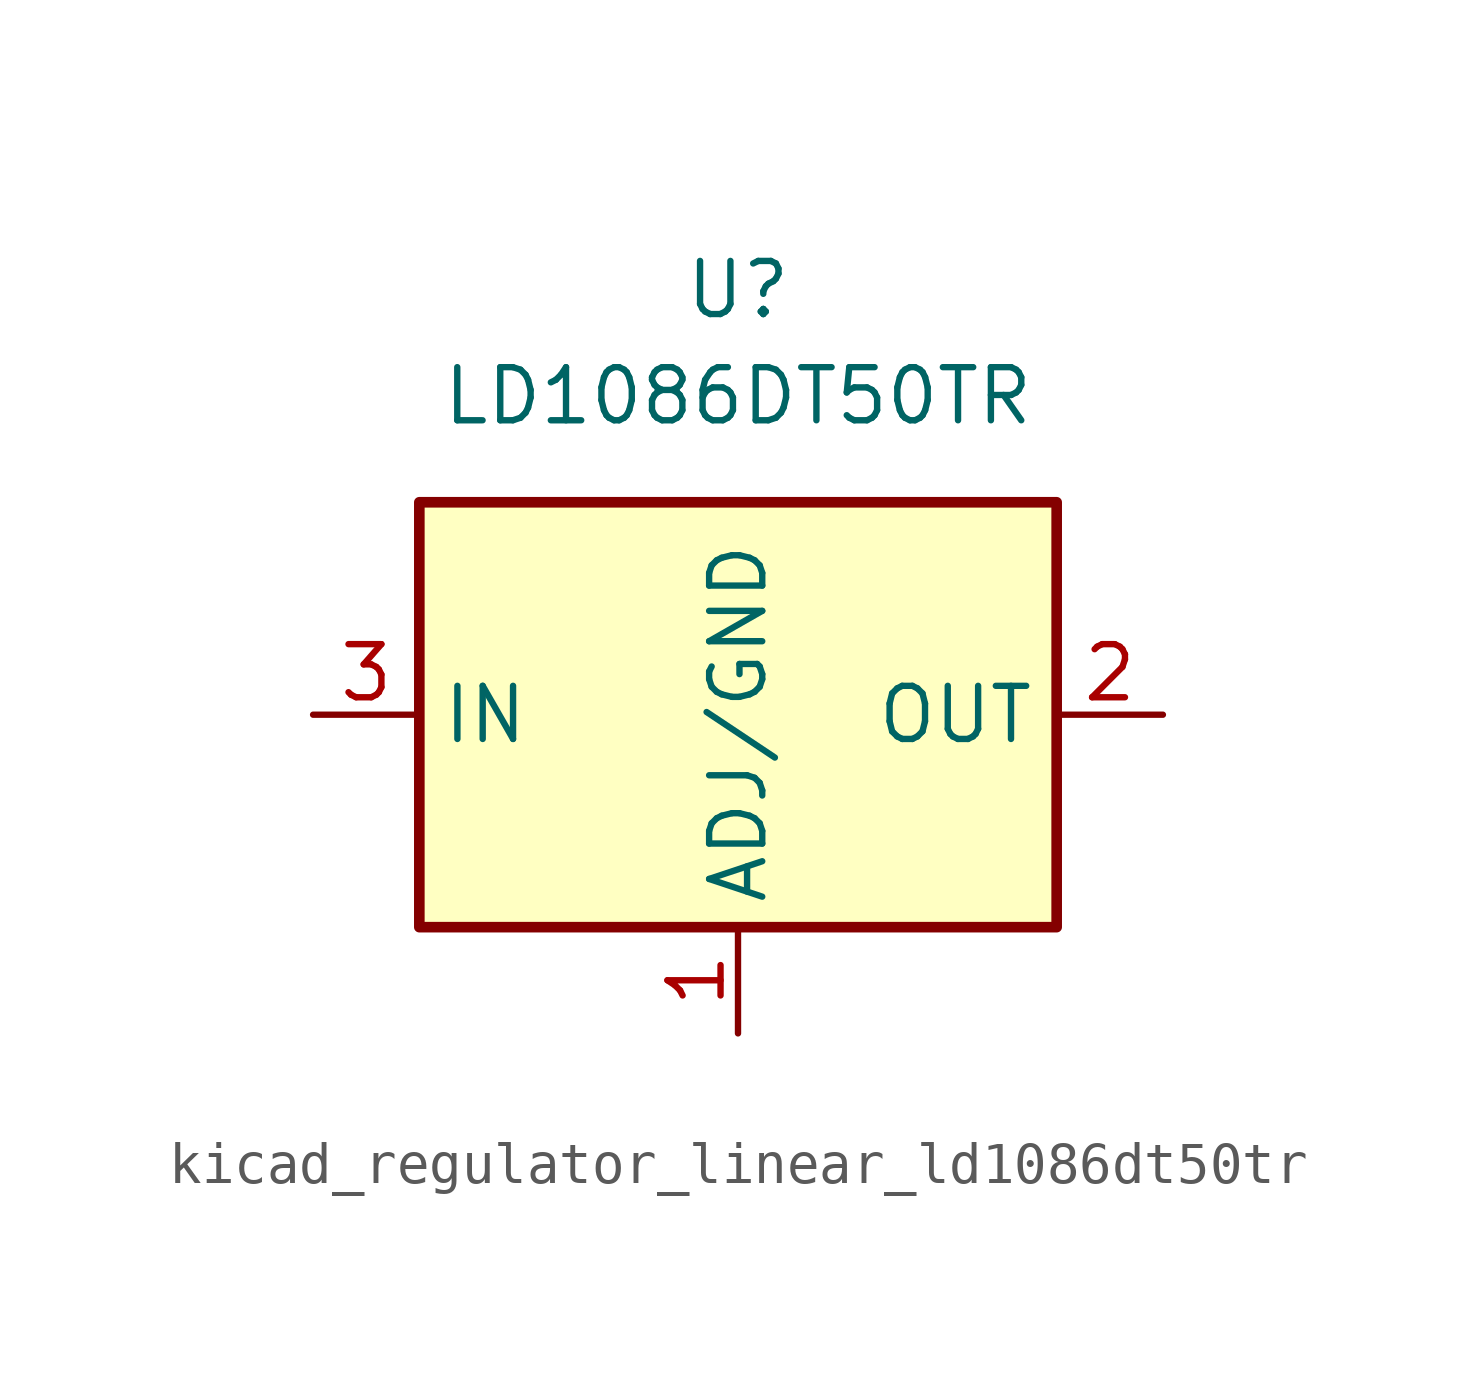
<source format=kicad_sym>
(kicad_symbol_lib
  (version 20220914)
  (generator kicad_symbol_editor)
  (symbol "kicad_regulator_linear_ld1086dt50tr"
    (property "Reference" "U"
      (at 0 10.16 0)
      (effects (font (size 1.27 1.27))))
    (property "Value" "LD1086DT50TR"
      (at 0 7.62 0)
      (effects (font (size 1.27 1.27))))
    (symbol "kicad_regulator_linear_ld1086dt50tr_1_1"
      (rectangle (start -7.62 -5.08) (end 7.62 5.08) (stroke (width 0.254) (type default)) (fill (type background)))
      (pin input line (at 0 -7.62 90) (length 2.54) (name "ADJ/GND" (effects (font (size 1.27 1.27)))) (number "1" (effects (font (size 1.27 1.27)))))
      (pin power_out line (at 10.16 0 180) (length 2.54) (name "OUT" (effects (font (size 1.27 1.27)))) (number "2" (effects (font (size 1.27 1.27)))))
      (pin power_in line (at -10.16 0 0) (length 2.54) (name "IN" (effects (font (size 1.27 1.27)))) (number "3" (effects (font (size 1.27 1.27))))))))
</source>
